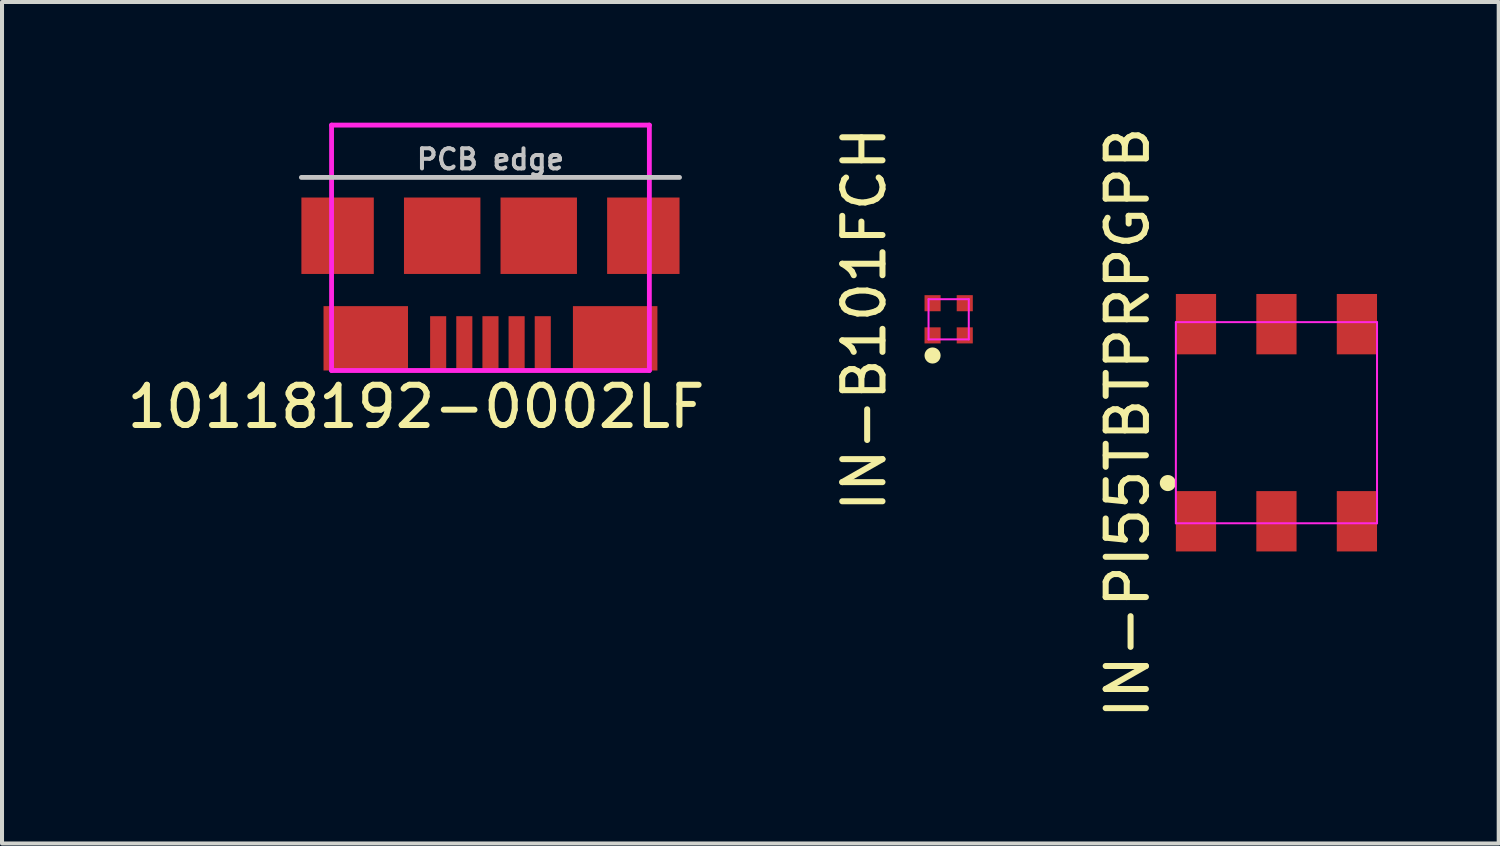
<source format=kicad_pcb>
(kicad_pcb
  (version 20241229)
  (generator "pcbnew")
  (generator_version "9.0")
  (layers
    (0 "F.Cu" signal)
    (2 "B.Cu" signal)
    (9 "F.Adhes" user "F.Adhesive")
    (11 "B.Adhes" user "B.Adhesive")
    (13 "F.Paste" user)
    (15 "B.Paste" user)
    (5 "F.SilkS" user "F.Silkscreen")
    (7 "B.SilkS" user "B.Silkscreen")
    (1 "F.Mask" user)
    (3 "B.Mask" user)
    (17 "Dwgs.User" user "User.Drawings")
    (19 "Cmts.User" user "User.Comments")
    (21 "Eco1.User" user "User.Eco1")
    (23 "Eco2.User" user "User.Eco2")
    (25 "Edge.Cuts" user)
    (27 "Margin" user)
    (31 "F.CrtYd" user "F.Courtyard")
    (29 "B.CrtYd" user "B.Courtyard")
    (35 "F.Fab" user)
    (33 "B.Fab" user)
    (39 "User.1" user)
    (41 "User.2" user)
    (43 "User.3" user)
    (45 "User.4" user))
  (footprint "IN-B101FCH"
    (layer "F.Cu")
    (at 20.532 4.887)
    (property "Reference" "IN-B101FCH" (at -2.1 0 90) (layer "F.SilkS") (effects (font (size 1 1) (thickness 0.15))))
    (attr smd)
    (fp_circle (center -0.4 0.9) (end -0.3 0.9) (stroke (width 0.2) (type solid)) (fill no) (layer "F.SilkS"))
    (fp_line (start -0.5 -0.5) (end -0.5 0.5) (stroke (width 0.05) (type solid)) (layer "F.CrtYd"))
    (fp_line (start 0.5 -0.5) (end -0.5 -0.5) (stroke (width 0.05) (type solid)) (layer "F.CrtYd"))
    (fp_line (start 0.5 0.5) (end -0.5 0.5) (stroke (width 0.05) (type solid)) (layer "F.CrtYd"))
    (fp_line (start 0.5 0.5) (end 0.5 -0.5) (stroke (width 0.05) (type solid)) (layer "F.CrtYd"))
    (pad "1" smd rect (at -0.4 0.4) (size 0.4 0.4) (layers "F.Cu" "F.Mask" "F.Paste"))
    (pad "2" smd rect (at -0.4 -0.4) (size 0.4 0.4) (layers "F.Cu" "F.Mask" "F.Paste"))
    (pad "3" smd rect (at 0.4 -0.4) (size 0.4 0.4) (layers "F.Cu" "F.Mask" "F.Paste"))
    (pad "4" smd rect (at 0.4 0.4) (size 0.4 0.4) (layers "F.Cu" "F.Mask" "F.Paste")))
  (footprint "IN-PI55TBTPRPGPB"
    (layer "F.Cu")
    (at 28.68 7.458)
    (property "Reference" "IN-PI55TBTPRPGPB" (at -3.7 0 90) (layer "F.SilkS") (effects (font (size 1 1) (thickness 0.15))))
    (attr smd)
    (fp_circle (center -2.7 1.5) (end -2.6 1.5) (stroke (width 0.2) (type solid)) (fill no) (layer "F.SilkS"))
    (fp_line (start -2.5 -2.5) (end 2.5 -2.5) (stroke (width 0.05) (type solid)) (layer "F.CrtYd"))
    (fp_line (start -2.5 2.5) (end -2.5 -2.5) (stroke (width 0.05) (type solid)) (layer "F.CrtYd"))
    (fp_line (start 2.5 -2.5) (end 2.5 2.5) (stroke (width 0.05) (type solid)) (layer "F.CrtYd"))
    (fp_line (start 2.5 2.5) (end -2.5 2.5) (stroke (width 0.05) (type solid)) (layer "F.CrtYd"))
    (pad "1" smd rect (at -2 2.45) (size 1 1.5) (layers "F.Cu" "F.Mask" "F.Paste"))
    (pad "2" smd rect (at 0 2.45) (size 1 1.5) (layers "F.Cu" "F.Mask" "F.Paste"))
    (pad "3" smd rect (at 2 2.45) (size 1 1.5) (layers "F.Cu" "F.Mask" "F.Paste"))
    (pad "4" smd rect (at 2 -2.45) (size 1 1.5) (layers "F.Cu" "F.Mask" "F.Paste"))
    (pad "5" smd rect (at 0 -2.45) (size 1 1.5) (layers "F.Cu" "F.Mask" "F.Paste"))
    (pad "6" smd rect (at -2 -2.45) (size 1 1.5) (layers "F.Cu" "F.Mask" "F.Paste")))
  (footprint "10118192-0002LF"
    (layer "F.Cu")
    (at 9.142 2.81)
    (property "Reference" "10118192-0002LF" (at -1.85 4.25 0) (layer "F.SilkS") (effects (font (size 1 1) (thickness 0.15))))
    (attr through_hole)
    (fp_line (start -4.7 -1.45) (end 4.7 -1.45) (stroke (width 0.12) (type solid)) (layer "Dwgs.User"))
    (fp_line (start -3.95 -2.75) (end -3.95 3.35) (stroke (width 0.12) (type solid)) (layer "F.CrtYd"))
    (fp_line (start -3.95 -2.75) (end 3.95 -2.75) (stroke (width 0.12) (type solid)) (layer "F.CrtYd"))
    (fp_line (start -3.95 3.35) (end 3.95 3.35) (stroke (width 0.12) (type solid)) (layer "F.CrtYd"))
    (fp_line (start 3.95 -2.75) (end 3.95 3.35) (stroke (width 0.12) (type solid)) (layer "F.CrtYd"))
    (fp_text user "PCB edge" (at 0 -1.9 0) (layer "Dwgs.User") (effects (font (size 0.5 0.5) (thickness 0.1))))
    (pad "1" smd rect (at 1.3 2.675) (size 0.4 1.35) (layers "F.Cu" "F.Mask" "F.Paste"))
    (pad "2" smd rect (at 0.65 2.675) (size 0.4 1.35) (layers "F.Cu" "F.Mask" "F.Paste"))
    (pad "3" smd rect (at 0 2.675) (size 0.4 1.35) (layers "F.Cu" "F.Mask" "F.Paste"))
    (pad "4" smd rect (at -0.65 2.675) (size 0.4 1.35) (layers "F.Cu" "F.Mask" "F.Paste"))
    (pad "5" smd rect (at -1.3 2.675) (size 0.4 1.35) (layers "F.Cu" "F.Mask" "F.Paste"))
    (pad "6" smd rect (at -3.8 0) (size 1.8 1.9) (layers "F.Cu" "F.Mask" "F.Paste"))
    (pad "6" smd rect (at -3.1 2.55) (size 2.1 1.6) (layers "F.Cu" "F.Mask" "F.Paste"))
    (pad "6" smd rect (at -1.2 0) (size 1.9 1.9) (layers "F.Cu" "F.Mask" "F.Paste"))
    (pad "6" smd rect (at 1.2 0) (size 1.9 1.9) (layers "F.Cu" "F.Mask" "F.Paste"))
    (pad "6" smd rect (at 3.1 2.55) (size 2.1 1.6) (layers "F.Cu" "F.Mask" "F.Paste"))
    (pad "6" smd rect (at 3.8 0) (size 1.8 1.9) (layers "F.Cu" "F.Mask" "F.Paste")))
  (gr_rect
    (start -3 -3)
    (end 34.205 17.917)
    (stroke (width 0.1) (type default))
    (fill no)
    (layer "Edge.Cuts")))
</source>
